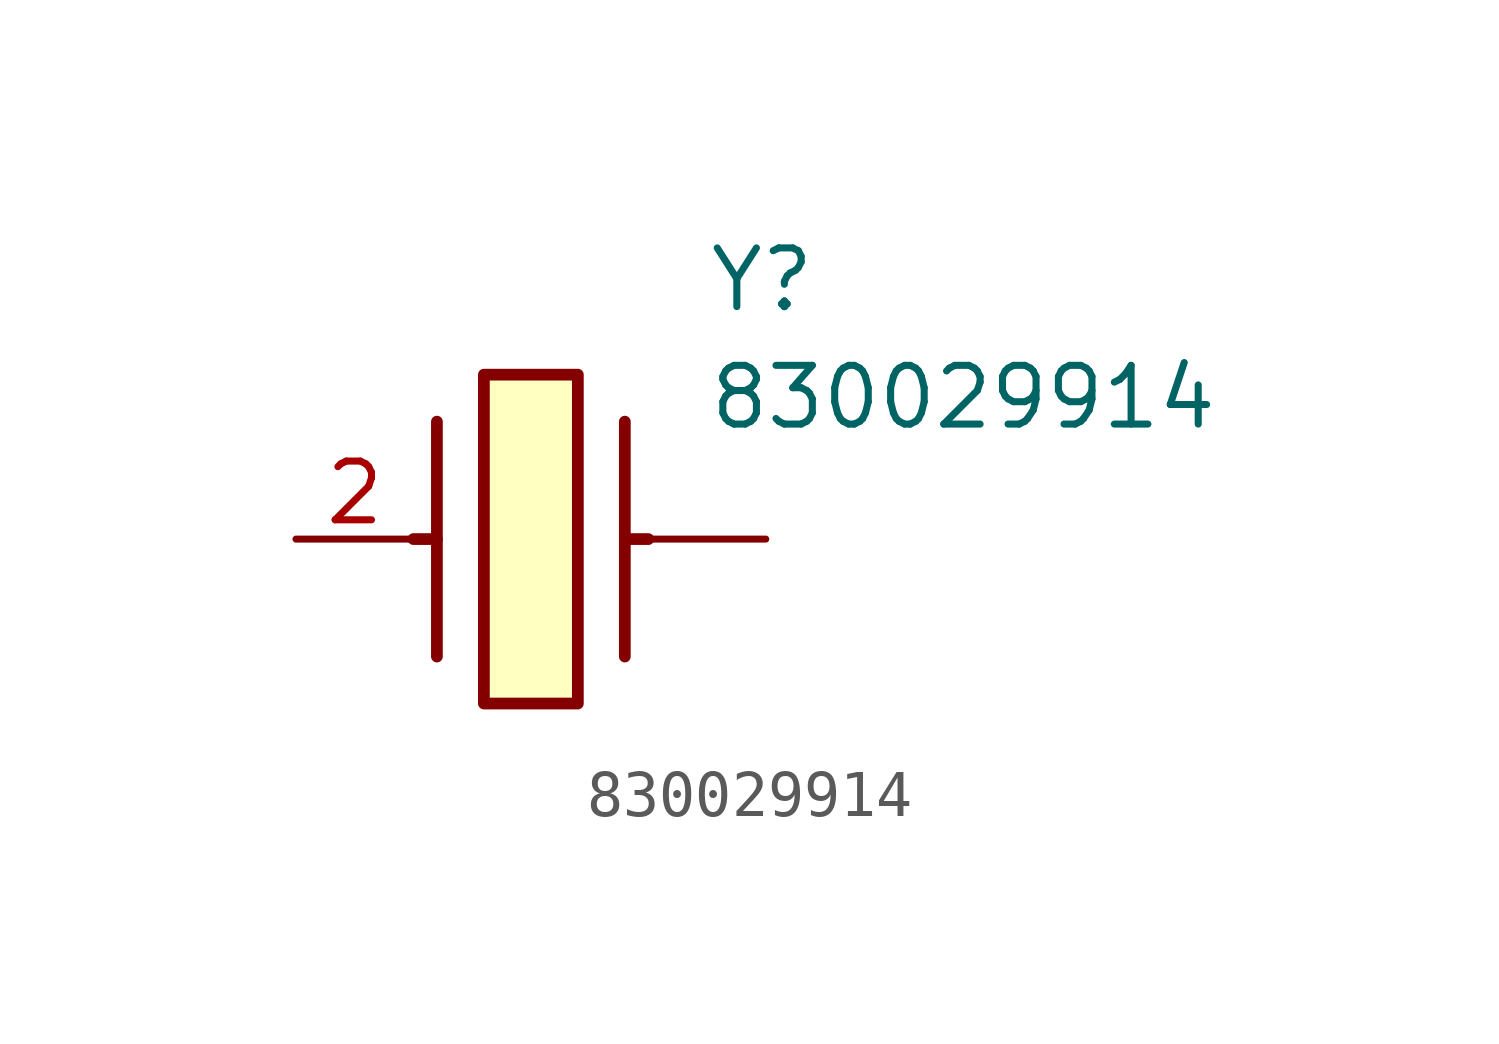
<source format=kicad_sym>
(kicad_symbol_lib
  (version 20211014)
  (generator SamacSys_ECAD_Model)
  (symbol "830029914"
    (pin_names hide)
    (property "Reference" "Y"
      (at 8.89 6.35 0)
      (effects (font (size 1.27 1.27)) (justify left top)))
    (property "Value" "830029914"
      (at 8.89 3.81 0)
      (effects (font (size 1.27 1.27)) (justify left top)))
    (rectangle
      (start 4.064 3.556)
      (end 6.096 -3.556)
      (stroke (width 0.254) (type default))
      (fill (type background)))
    (polyline
      (pts (xy 3.048 2.54) (xy 3.048 -2.54))
      (stroke (width 0.254) (type default))
      (fill (type none)))
    (polyline
      (pts (xy 7.112 2.54) (xy 7.112 -2.54))
      (stroke (width 0.254) (type default))
      (fill (type none)))
    (polyline
      (pts (xy 7.112 0) (xy 7.62 0))
      (stroke (width 0.254) (type default))
      (fill (type none)))
    (polyline
      (pts (xy 3.048 0) (xy 2.54 0))
      (stroke (width 0.254) (type default))
      (fill (type none)))
    (pin passive line
      (at 0 0 0)
      (length 2.54)
      (name "CRYSTAL__2" (effects (font (size 1.27 1.27))))
      (number "2" (effects (font (size 1.27 1.27)))))
    (pin passive line
      (at 10.16 0 180)
      (length 2.54)
      (name "" (effects (font (size 1.27 1.27))))
      (number "" (effects (font (size 1.27 1.27)))))))
</source>
